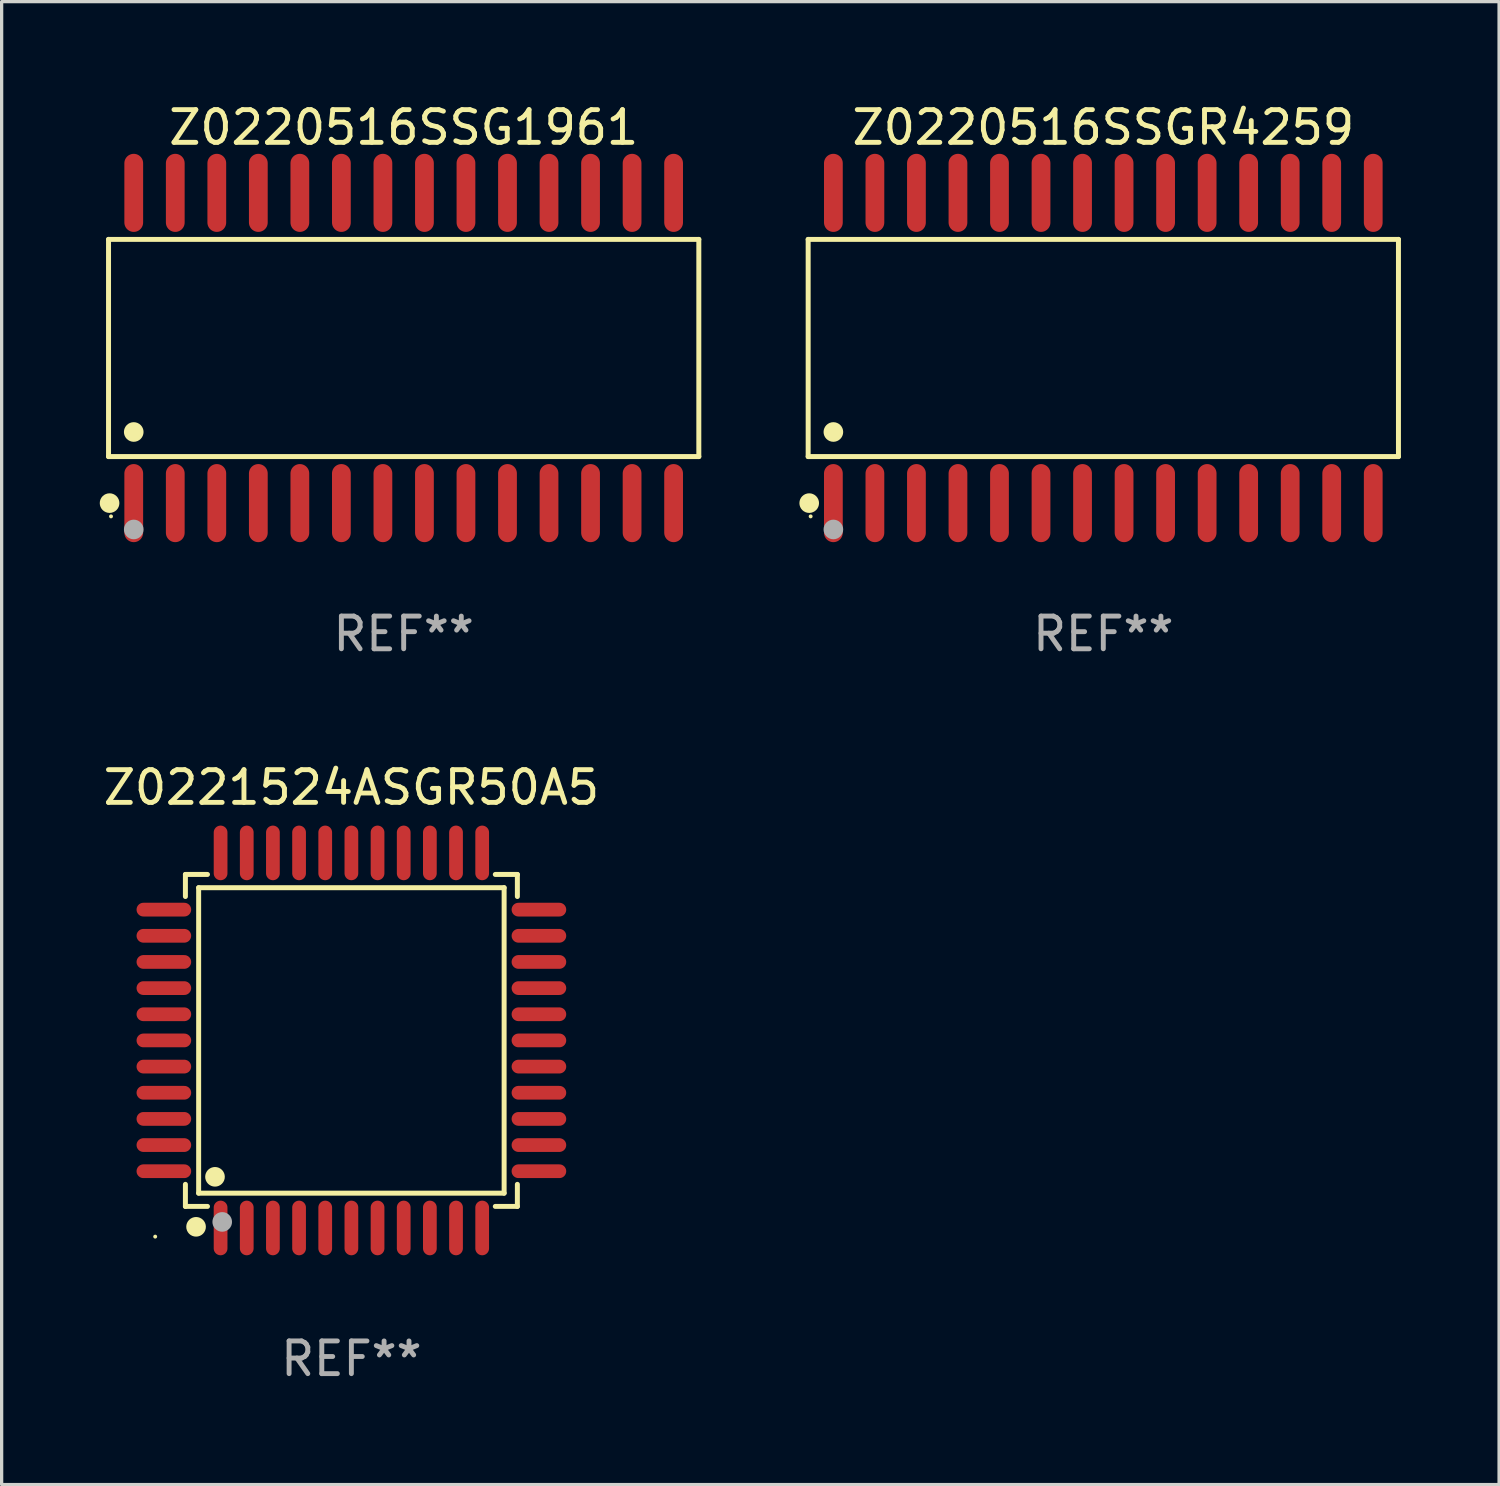
<source format=kicad_pcb>
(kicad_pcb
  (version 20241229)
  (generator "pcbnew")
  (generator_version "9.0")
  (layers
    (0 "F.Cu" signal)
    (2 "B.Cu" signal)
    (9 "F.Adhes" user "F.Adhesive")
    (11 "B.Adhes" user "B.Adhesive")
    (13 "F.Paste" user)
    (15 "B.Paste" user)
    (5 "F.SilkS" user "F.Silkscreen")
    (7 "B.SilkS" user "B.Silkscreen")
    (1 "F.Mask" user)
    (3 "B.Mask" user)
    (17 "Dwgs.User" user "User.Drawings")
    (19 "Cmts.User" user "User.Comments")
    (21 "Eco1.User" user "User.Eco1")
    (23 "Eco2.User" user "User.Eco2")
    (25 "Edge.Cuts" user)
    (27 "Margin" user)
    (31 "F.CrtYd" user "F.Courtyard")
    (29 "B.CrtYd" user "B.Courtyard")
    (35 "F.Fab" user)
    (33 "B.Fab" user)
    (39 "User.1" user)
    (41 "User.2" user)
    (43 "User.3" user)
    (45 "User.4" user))
  (footprint "Z0220516SSG1961"
    (layer "F.Cu")
    (at 9.295 7.592)
    (property "Reference" "Z0220516SSG1961" (at 0 -6.744 0) (layer "F.SilkS") (effects (font (size 1 1) (thickness 0.15))))
    (attr through_hole)
    (fp_line (start -9.026 -3.321) (end 9.026 -3.321) (stroke (width 0.152) (type solid)) (layer "F.SilkS"))
    (fp_line (start -9.026 3.321) (end -9.026 -3.321) (stroke (width 0.152) (type solid)) (layer "F.SilkS"))
    (fp_line (start 9.026 -3.321) (end 9.026 3.321) (stroke (width 0.152) (type solid)) (layer "F.SilkS"))
    (fp_line (start 9.026 3.321) (end -9.026 3.321) (stroke (width 0.152) (type solid)) (layer "F.SilkS"))
    (fp_circle (center -8.994 4.744) (end -8.844 4.744) (stroke (width 0.3) (type solid)) (fill no) (layer "F.SilkS"))
    (fp_circle (center -8.95 5.15) (end -8.92 5.15) (stroke (width 0.06) (type solid)) (fill no) (layer "F.SilkS"))
    (fp_circle (center -8.255 2.569) (end -8.105 2.569) (stroke (width 0.3) (type solid)) (fill no) (layer "F.SilkS"))
    (fp_circle (center -8.255 5.55) (end -8.105 5.55) (stroke (width 0.3) (type solid)) (fill no) (layer "F.Fab"))
    (fp_text user "REF**" (at 0 8.744 0) (layer "F.Fab") (effects (font (size 1 1) (thickness 0.15))))
    (pad "1" smd oval (at -8.255 4.744) (size 0.574 2.388) (layers "F.Cu" "F.Mask" "F.Paste"))
    (pad "2" smd oval (at -6.985 4.744) (size 0.574 2.388) (layers "F.Cu" "F.Mask" "F.Paste"))
    (pad "3" smd oval (at -5.715 4.744) (size 0.574 2.388) (layers "F.Cu" "F.Mask" "F.Paste"))
    (pad "4" smd oval (at -4.445 4.744) (size 0.574 2.388) (layers "F.Cu" "F.Mask" "F.Paste"))
    (pad "5" smd oval (at -3.175 4.744) (size 0.574 2.388) (layers "F.Cu" "F.Mask" "F.Paste"))
    (pad "6" smd oval (at -1.905 4.744) (size 0.574 2.388) (layers "F.Cu" "F.Mask" "F.Paste"))
    (pad "7" smd oval (at -0.635 4.744) (size 0.574 2.388) (layers "F.Cu" "F.Mask" "F.Paste"))
    (pad "8" smd oval (at 0.635 4.744) (size 0.574 2.388) (layers "F.Cu" "F.Mask" "F.Paste"))
    (pad "9" smd oval (at 1.905 4.744) (size 0.574 2.388) (layers "F.Cu" "F.Mask" "F.Paste"))
    (pad "10" smd oval (at 3.175 4.744) (size 0.574 2.388) (layers "F.Cu" "F.Mask" "F.Paste"))
    (pad "11" smd oval (at 4.445 4.744) (size 0.574 2.388) (layers "F.Cu" "F.Mask" "F.Paste"))
    (pad "12" smd oval (at 5.715 4.744) (size 0.574 2.388) (layers "F.Cu" "F.Mask" "F.Paste"))
    (pad "13" smd oval (at 6.985 4.744) (size 0.574 2.388) (layers "F.Cu" "F.Mask" "F.Paste"))
    (pad "14" smd oval (at 8.255 4.744) (size 0.574 2.388) (layers "F.Cu" "F.Mask" "F.Paste"))
    (pad "15" smd oval (at 8.255 -4.744) (size 0.574 2.388) (layers "F.Cu" "F.Mask" "F.Paste"))
    (pad "16" smd oval (at 6.985 -4.744) (size 0.574 2.388) (layers "F.Cu" "F.Mask" "F.Paste"))
    (pad "17" smd oval (at 5.715 -4.744) (size 0.574 2.388) (layers "F.Cu" "F.Mask" "F.Paste"))
    (pad "18" smd oval (at 4.445 -4.744) (size 0.574 2.388) (layers "F.Cu" "F.Mask" "F.Paste"))
    (pad "19" smd oval (at 3.175 -4.744) (size 0.574 2.388) (layers "F.Cu" "F.Mask" "F.Paste"))
    (pad "20" smd oval (at 1.905 -4.744) (size 0.574 2.388) (layers "F.Cu" "F.Mask" "F.Paste"))
    (pad "21" smd oval (at 0.635 -4.744) (size 0.574 2.388) (layers "F.Cu" "F.Mask" "F.Paste"))
    (pad "22" smd oval (at -0.635 -4.744) (size 0.574 2.388) (layers "F.Cu" "F.Mask" "F.Paste"))
    (pad "23" smd oval (at -1.905 -4.744) (size 0.574 2.388) (layers "F.Cu" "F.Mask" "F.Paste"))
    (pad "24" smd oval (at -3.175 -4.744) (size 0.574 2.388) (layers "F.Cu" "F.Mask" "F.Paste"))
    (pad "25" smd oval (at -4.445 -4.744) (size 0.574 2.388) (layers "F.Cu" "F.Mask" "F.Paste"))
    (pad "26" smd oval (at -5.715 -4.744) (size 0.574 2.388) (layers "F.Cu" "F.Mask" "F.Paste"))
    (pad "27" smd oval (at -6.985 -4.744) (size 0.574 2.388) (layers "F.Cu" "F.Mask" "F.Paste"))
    (pad "28" smd oval (at -8.255 -4.744) (size 0.574 2.388) (layers "F.Cu" "F.Mask" "F.Paste")))
  (footprint "Z0221524ASGR50A5"
    (layer "F.Cu")
    (at 7.696 28.768)
    (property "Reference" "Z0221524ASGR50A5" (at 0 -7.735 0) (layer "F.SilkS") (effects (font (size 1 1) (thickness 0.15))))
    (attr through_hole)
    (fp_line (start -5.076 -5.076) (end -4.401 -5.076) (stroke (width 0.152) (type solid)) (layer "F.SilkS"))
    (fp_line (start -5.076 -4.401) (end -5.076 -5.076) (stroke (width 0.152) (type solid)) (layer "F.SilkS"))
    (fp_line (start -5.076 4.401) (end -5.076 5.076) (stroke (width 0.152) (type solid)) (layer "F.SilkS"))
    (fp_line (start -5.076 5.076) (end -4.401 5.076) (stroke (width 0.152) (type solid)) (layer "F.SilkS"))
    (fp_line (start -4.671 -4.671) (end 4.671 -4.671) (stroke (width 0.152) (type solid)) (layer "F.SilkS"))
    (fp_line (start -4.671 4.671) (end -4.671 -4.671) (stroke (width 0.152) (type solid)) (layer "F.SilkS"))
    (fp_line (start 4.671 -4.671) (end 4.671 4.671) (stroke (width 0.152) (type solid)) (layer "F.SilkS"))
    (fp_line (start 4.671 4.671) (end -4.671 4.671) (stroke (width 0.152) (type solid)) (layer "F.SilkS"))
    (fp_line (start 5.076 -5.076) (end 4.401 -5.076) (stroke (width 0.152) (type solid)) (layer "F.SilkS"))
    (fp_line (start 5.076 -4.401) (end 5.076 -5.076) (stroke (width 0.152) (type solid)) (layer "F.SilkS"))
    (fp_line (start 5.076 4.401) (end 5.076 5.076) (stroke (width 0.152) (type solid)) (layer "F.SilkS"))
    (fp_line (start 5.076 5.076) (end 4.401 5.076) (stroke (width 0.152) (type solid)) (layer "F.SilkS"))
    (fp_circle (center -6 6) (end -5.97 6) (stroke (width 0.06) (type solid)) (fill no) (layer "F.SilkS"))
    (fp_circle (center -4.75 5.7) (end -4.6 5.7) (stroke (width 0.3) (type solid)) (fill no) (layer "F.SilkS"))
    (fp_circle (center -4.171 4.171) (end -4.021 4.171) (stroke (width 0.3) (type solid)) (fill no) (layer "F.SilkS"))
    (fp_circle (center -3.95 5.55) (end -3.8 5.55) (stroke (width 0.3) (type solid)) (fill no) (layer "F.Fab"))
    (fp_text user "REF**" (at 0 9.735 0) (layer "F.Fab") (effects (font (size 1 1) (thickness 0.15))))
    (pad "1" smd oval (at -4 5.735) (size 0.42 1.67) (layers "F.Cu" "F.Mask" "F.Paste"))
    (pad "2" smd oval (at -3.2 5.735) (size 0.42 1.67) (layers "F.Cu" "F.Mask" "F.Paste"))
    (pad "3" smd oval (at -2.4 5.735) (size 0.42 1.67) (layers "F.Cu" "F.Mask" "F.Paste"))
    (pad "4" smd oval (at -1.6 5.735) (size 0.42 1.67) (layers "F.Cu" "F.Mask" "F.Paste"))
    (pad "5" smd oval (at -0.8 5.735) (size 0.42 1.67) (layers "F.Cu" "F.Mask" "F.Paste"))
    (pad "6" smd oval (at 0 5.735) (size 0.42 1.67) (layers "F.Cu" "F.Mask" "F.Paste"))
    (pad "7" smd oval (at 0.8 5.735) (size 0.42 1.67) (layers "F.Cu" "F.Mask" "F.Paste"))
    (pad "8" smd oval (at 1.6 5.735) (size 0.42 1.67) (layers "F.Cu" "F.Mask" "F.Paste"))
    (pad "9" smd oval (at 2.4 5.735) (size 0.42 1.67) (layers "F.Cu" "F.Mask" "F.Paste"))
    (pad "10" smd oval (at 3.2 5.735) (size 0.42 1.67) (layers "F.Cu" "F.Mask" "F.Paste"))
    (pad "11" smd oval (at 4 5.735) (size 0.42 1.67) (layers "F.Cu" "F.Mask" "F.Paste"))
    (pad "12" smd oval (at 5.735 4) (size 1.67 0.42) (layers "F.Cu" "F.Mask" "F.Paste"))
    (pad "13" smd oval (at 5.735 3.2) (size 1.67 0.42) (layers "F.Cu" "F.Mask" "F.Paste"))
    (pad "14" smd oval (at 5.735 2.4) (size 1.67 0.42) (layers "F.Cu" "F.Mask" "F.Paste"))
    (pad "15" smd oval (at 5.735 1.6) (size 1.67 0.42) (layers "F.Cu" "F.Mask" "F.Paste"))
    (pad "16" smd oval (at 5.735 0.8) (size 1.67 0.42) (layers "F.Cu" "F.Mask" "F.Paste"))
    (pad "17" smd oval (at 5.735 0) (size 1.67 0.42) (layers "F.Cu" "F.Mask" "F.Paste"))
    (pad "18" smd oval (at 5.735 -0.8) (size 1.67 0.42) (layers "F.Cu" "F.Mask" "F.Paste"))
    (pad "19" smd oval (at 5.735 -1.6) (size 1.67 0.42) (layers "F.Cu" "F.Mask" "F.Paste"))
    (pad "20" smd oval (at 5.735 -2.4) (size 1.67 0.42) (layers "F.Cu" "F.Mask" "F.Paste"))
    (pad "21" smd oval (at 5.735 -3.2) (size 1.67 0.42) (layers "F.Cu" "F.Mask" "F.Paste"))
    (pad "22" smd oval (at 5.735 -4) (size 1.67 0.42) (layers "F.Cu" "F.Mask" "F.Paste"))
    (pad "23" smd oval (at 4 -5.735) (size 0.42 1.67) (layers "F.Cu" "F.Mask" "F.Paste"))
    (pad "24" smd oval (at 3.2 -5.735) (size 0.42 1.67) (layers "F.Cu" "F.Mask" "F.Paste"))
    (pad "25" smd oval (at 2.4 -5.735) (size 0.42 1.67) (layers "F.Cu" "F.Mask" "F.Paste"))
    (pad "26" smd oval (at 1.6 -5.735) (size 0.42 1.67) (layers "F.Cu" "F.Mask" "F.Paste"))
    (pad "27" smd oval (at 0.8 -5.735) (size 0.42 1.67) (layers "F.Cu" "F.Mask" "F.Paste"))
    (pad "28" smd oval (at 0 -5.735) (size 0.42 1.67) (layers "F.Cu" "F.Mask" "F.Paste"))
    (pad "29" smd oval (at -0.8 -5.735) (size 0.42 1.67) (layers "F.Cu" "F.Mask" "F.Paste"))
    (pad "30" smd oval (at -1.6 -5.735) (size 0.42 1.67) (layers "F.Cu" "F.Mask" "F.Paste"))
    (pad "31" smd oval (at -2.4 -5.735) (size 0.42 1.67) (layers "F.Cu" "F.Mask" "F.Paste"))
    (pad "32" smd oval (at -3.2 -5.735) (size 0.42 1.67) (layers "F.Cu" "F.Mask" "F.Paste"))
    (pad "33" smd oval (at -4 -5.735) (size 0.42 1.67) (layers "F.Cu" "F.Mask" "F.Paste"))
    (pad "34" smd oval (at -5.735 -4) (size 1.67 0.42) (layers "F.Cu" "F.Mask" "F.Paste"))
    (pad "35" smd oval (at -5.735 -3.2) (size 1.67 0.42) (layers "F.Cu" "F.Mask" "F.Paste"))
    (pad "36" smd oval (at -5.735 -2.4) (size 1.67 0.42) (layers "F.Cu" "F.Mask" "F.Paste"))
    (pad "37" smd oval (at -5.735 -1.6) (size 1.67 0.42) (layers "F.Cu" "F.Mask" "F.Paste"))
    (pad "38" smd oval (at -5.735 -0.8) (size 1.67 0.42) (layers "F.Cu" "F.Mask" "F.Paste"))
    (pad "39" smd oval (at -5.735 0) (size 1.67 0.42) (layers "F.Cu" "F.Mask" "F.Paste"))
    (pad "40" smd oval (at -5.735 0.8) (size 1.67 0.42) (layers "F.Cu" "F.Mask" "F.Paste"))
    (pad "41" smd oval (at -5.735 1.6) (size 1.67 0.42) (layers "F.Cu" "F.Mask" "F.Paste"))
    (pad "42" smd oval (at -5.735 2.4) (size 1.67 0.42) (layers "F.Cu" "F.Mask" "F.Paste"))
    (pad "43" smd oval (at -5.735 3.2) (size 1.67 0.42) (layers "F.Cu" "F.Mask" "F.Paste"))
    (pad "44" smd oval (at -5.735 4) (size 1.67 0.42) (layers "F.Cu" "F.Mask" "F.Paste")))
  (footprint "Z0220516SSGR4259"
    (layer "F.Cu")
    (at 30.691 7.592)
    (property "Reference" "Z0220516SSGR4259" (at 0 -6.744 0) (layer "F.SilkS") (effects (font (size 1 1) (thickness 0.15))))
    (attr through_hole)
    (fp_line (start -9.026 -3.321) (end 9.026 -3.321) (stroke (width 0.152) (type solid)) (layer "F.SilkS"))
    (fp_line (start -9.026 3.321) (end -9.026 -3.321) (stroke (width 0.152) (type solid)) (layer "F.SilkS"))
    (fp_line (start 9.026 -3.321) (end 9.026 3.321) (stroke (width 0.152) (type solid)) (layer "F.SilkS"))
    (fp_line (start 9.026 3.321) (end -9.026 3.321) (stroke (width 0.152) (type solid)) (layer "F.SilkS"))
    (fp_circle (center -8.994 4.744) (end -8.844 4.744) (stroke (width 0.3) (type solid)) (fill no) (layer "F.SilkS"))
    (fp_circle (center -8.95 5.15) (end -8.92 5.15) (stroke (width 0.06) (type solid)) (fill no) (layer "F.SilkS"))
    (fp_circle (center -8.255 2.569) (end -8.105 2.569) (stroke (width 0.3) (type solid)) (fill no) (layer "F.SilkS"))
    (fp_circle (center -8.255 5.55) (end -8.105 5.55) (stroke (width 0.3) (type solid)) (fill no) (layer "F.Fab"))
    (fp_text user "REF**" (at 0 8.744 0) (layer "F.Fab") (effects (font (size 1 1) (thickness 0.15))))
    (pad "1" smd oval (at -8.255 4.744) (size 0.574 2.388) (layers "F.Cu" "F.Mask" "F.Paste"))
    (pad "2" smd oval (at -6.985 4.744) (size 0.574 2.388) (layers "F.Cu" "F.Mask" "F.Paste"))
    (pad "3" smd oval (at -5.715 4.744) (size 0.574 2.388) (layers "F.Cu" "F.Mask" "F.Paste"))
    (pad "4" smd oval (at -4.445 4.744) (size 0.574 2.388) (layers "F.Cu" "F.Mask" "F.Paste"))
    (pad "5" smd oval (at -3.175 4.744) (size 0.574 2.388) (layers "F.Cu" "F.Mask" "F.Paste"))
    (pad "6" smd oval (at -1.905 4.744) (size 0.574 2.388) (layers "F.Cu" "F.Mask" "F.Paste"))
    (pad "7" smd oval (at -0.635 4.744) (size 0.574 2.388) (layers "F.Cu" "F.Mask" "F.Paste"))
    (pad "8" smd oval (at 0.635 4.744) (size 0.574 2.388) (layers "F.Cu" "F.Mask" "F.Paste"))
    (pad "9" smd oval (at 1.905 4.744) (size 0.574 2.388) (layers "F.Cu" "F.Mask" "F.Paste"))
    (pad "10" smd oval (at 3.175 4.744) (size 0.574 2.388) (layers "F.Cu" "F.Mask" "F.Paste"))
    (pad "11" smd oval (at 4.445 4.744) (size 0.574 2.388) (layers "F.Cu" "F.Mask" "F.Paste"))
    (pad "12" smd oval (at 5.715 4.744) (size 0.574 2.388) (layers "F.Cu" "F.Mask" "F.Paste"))
    (pad "13" smd oval (at 6.985 4.744) (size 0.574 2.388) (layers "F.Cu" "F.Mask" "F.Paste"))
    (pad "14" smd oval (at 8.255 4.744) (size 0.574 2.388) (layers "F.Cu" "F.Mask" "F.Paste"))
    (pad "15" smd oval (at 8.255 -4.744) (size 0.574 2.388) (layers "F.Cu" "F.Mask" "F.Paste"))
    (pad "16" smd oval (at 6.985 -4.744) (size 0.574 2.388) (layers "F.Cu" "F.Mask" "F.Paste"))
    (pad "17" smd oval (at 5.715 -4.744) (size 0.574 2.388) (layers "F.Cu" "F.Mask" "F.Paste"))
    (pad "18" smd oval (at 4.445 -4.744) (size 0.574 2.388) (layers "F.Cu" "F.Mask" "F.Paste"))
    (pad "19" smd oval (at 3.175 -4.744) (size 0.574 2.388) (layers "F.Cu" "F.Mask" "F.Paste"))
    (pad "20" smd oval (at 1.905 -4.744) (size 0.574 2.388) (layers "F.Cu" "F.Mask" "F.Paste"))
    (pad "21" smd oval (at 0.635 -4.744) (size 0.574 2.388) (layers "F.Cu" "F.Mask" "F.Paste"))
    (pad "22" smd oval (at -0.635 -4.744) (size 0.574 2.388) (layers "F.Cu" "F.Mask" "F.Paste"))
    (pad "23" smd oval (at -1.905 -4.744) (size 0.574 2.388) (layers "F.Cu" "F.Mask" "F.Paste"))
    (pad "24" smd oval (at -3.175 -4.744) (size 0.574 2.388) (layers "F.Cu" "F.Mask" "F.Paste"))
    (pad "25" smd oval (at -4.445 -4.744) (size 0.574 2.388) (layers "F.Cu" "F.Mask" "F.Paste"))
    (pad "26" smd oval (at -5.715 -4.744) (size 0.574 2.388) (layers "F.Cu" "F.Mask" "F.Paste"))
    (pad "27" smd oval (at -6.985 -4.744) (size 0.574 2.388) (layers "F.Cu" "F.Mask" "F.Paste"))
    (pad "28" smd oval (at -8.255 -4.744) (size 0.574 2.388) (layers "F.Cu" "F.Mask" "F.Paste")))
  (gr_rect
    (start -3 -3)
    (end 42.794 42.351)
    (stroke (width 0.1) (type default))
    (fill no)
    (layer "Edge.Cuts")))
</source>
